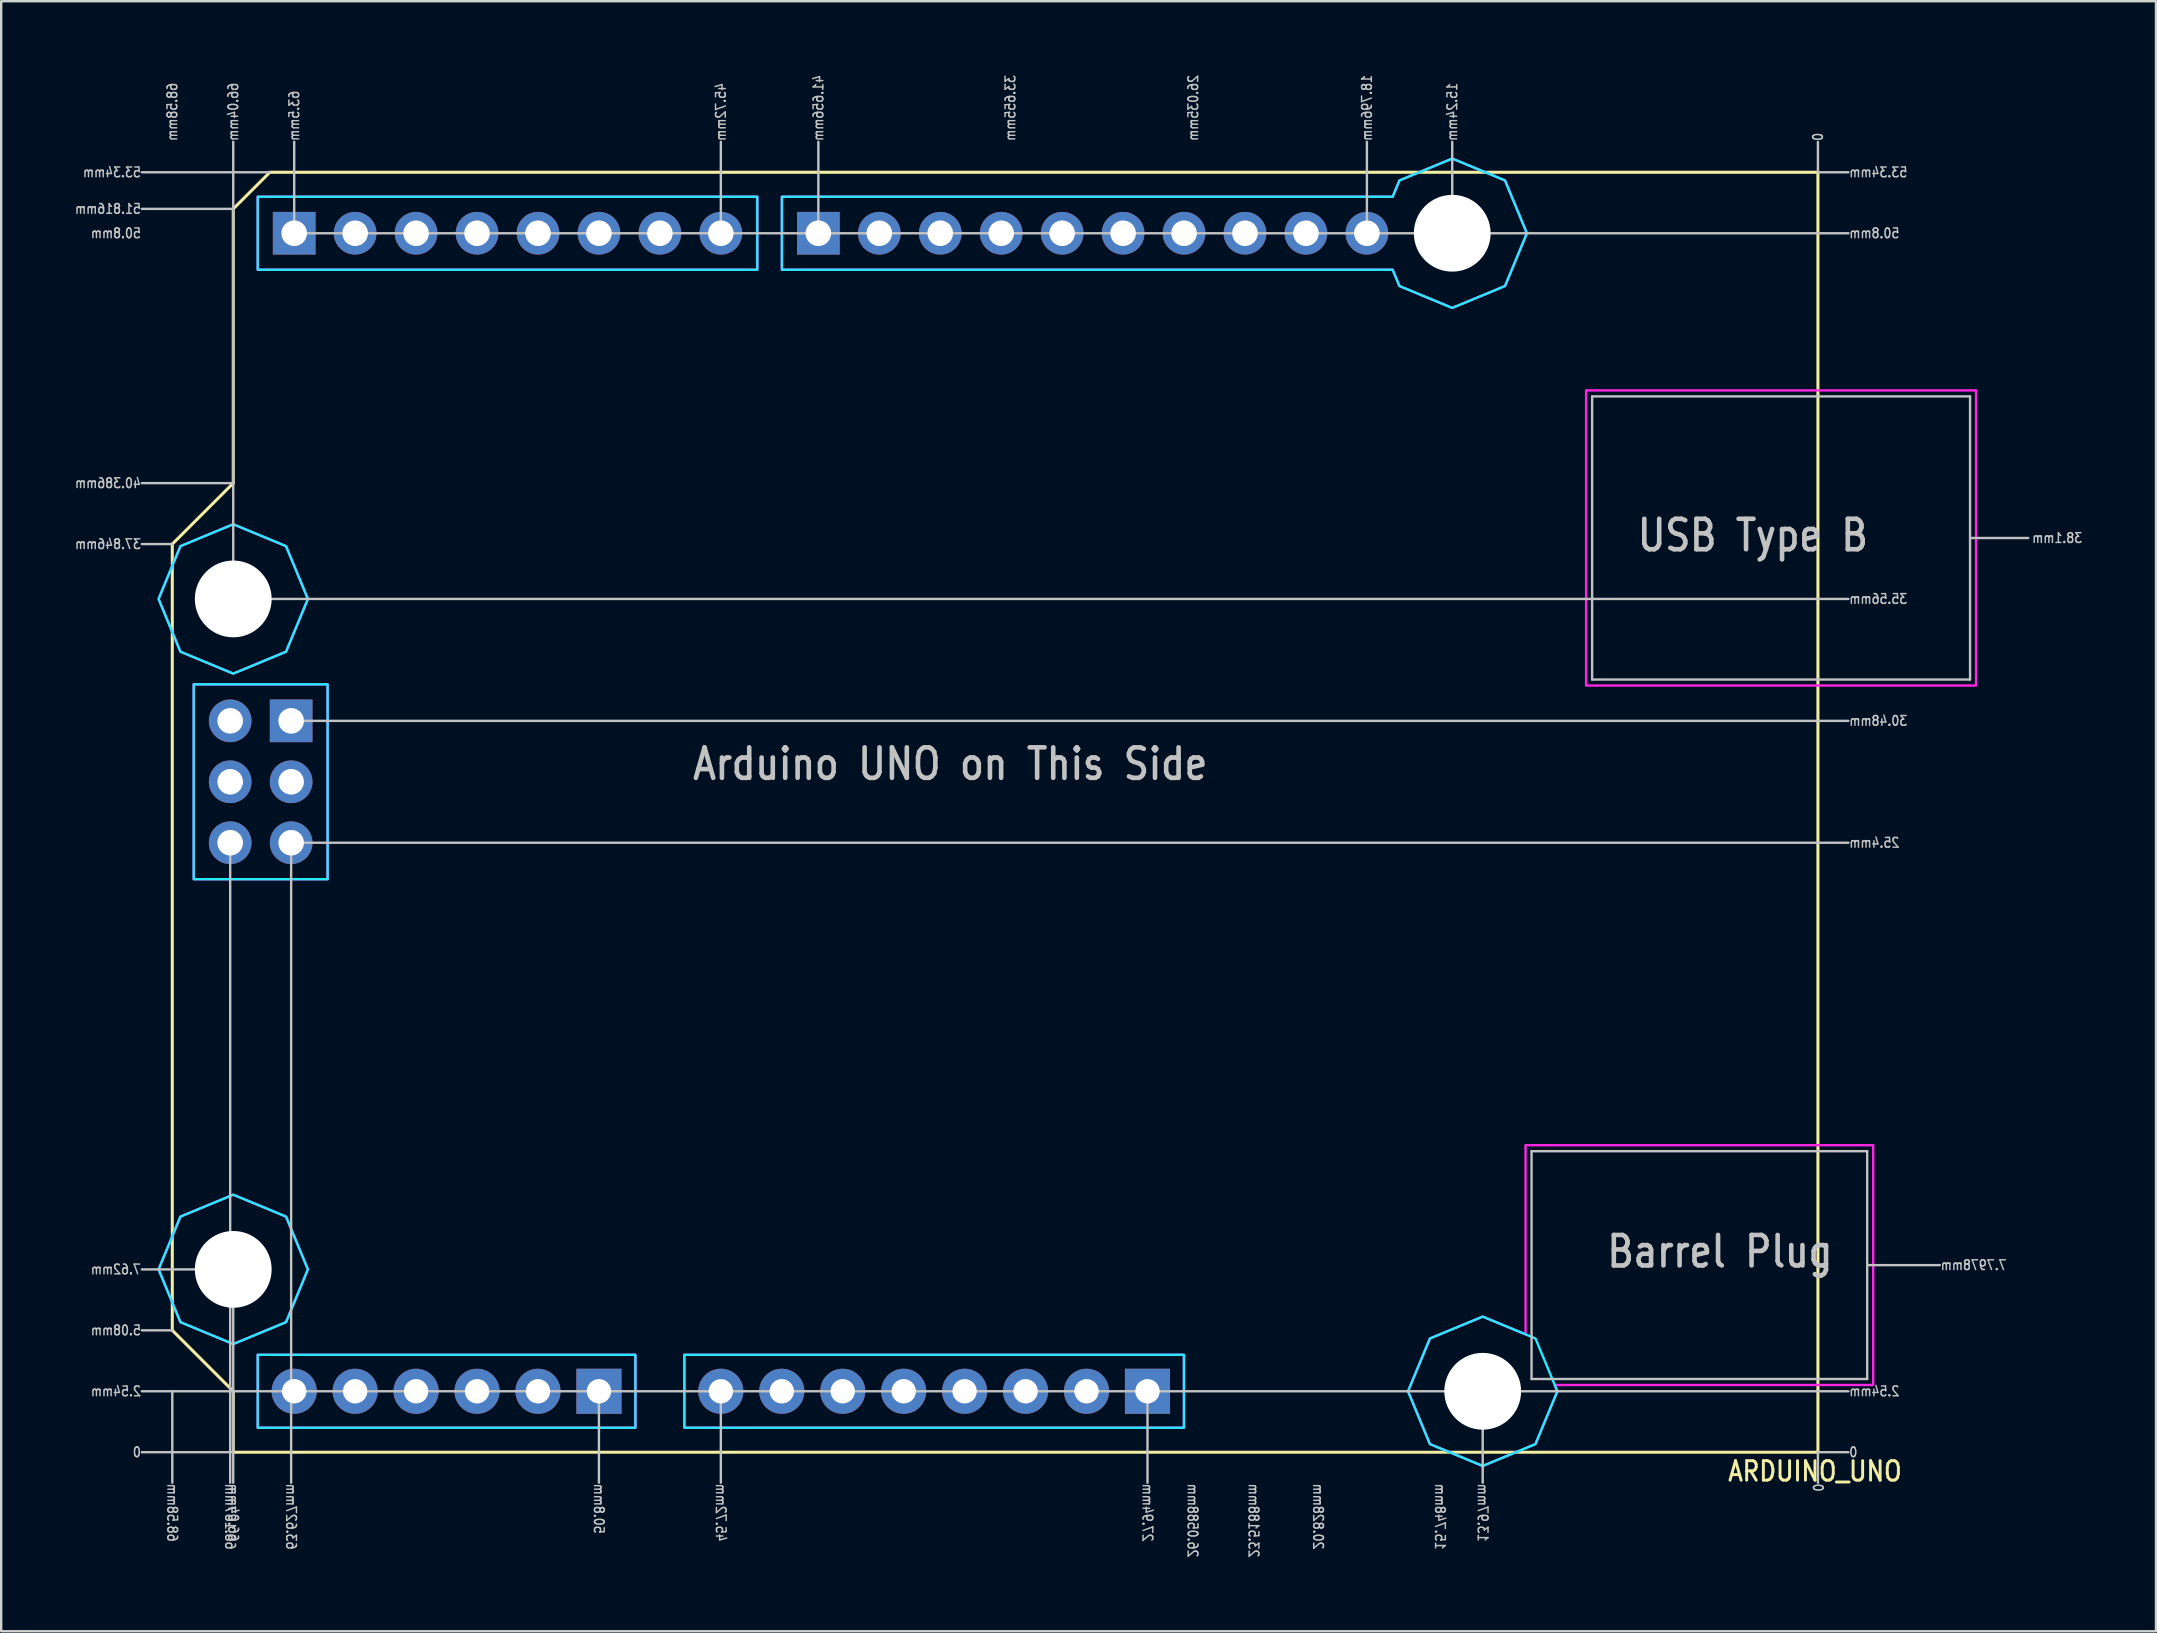
<source format=kicad_pcb>
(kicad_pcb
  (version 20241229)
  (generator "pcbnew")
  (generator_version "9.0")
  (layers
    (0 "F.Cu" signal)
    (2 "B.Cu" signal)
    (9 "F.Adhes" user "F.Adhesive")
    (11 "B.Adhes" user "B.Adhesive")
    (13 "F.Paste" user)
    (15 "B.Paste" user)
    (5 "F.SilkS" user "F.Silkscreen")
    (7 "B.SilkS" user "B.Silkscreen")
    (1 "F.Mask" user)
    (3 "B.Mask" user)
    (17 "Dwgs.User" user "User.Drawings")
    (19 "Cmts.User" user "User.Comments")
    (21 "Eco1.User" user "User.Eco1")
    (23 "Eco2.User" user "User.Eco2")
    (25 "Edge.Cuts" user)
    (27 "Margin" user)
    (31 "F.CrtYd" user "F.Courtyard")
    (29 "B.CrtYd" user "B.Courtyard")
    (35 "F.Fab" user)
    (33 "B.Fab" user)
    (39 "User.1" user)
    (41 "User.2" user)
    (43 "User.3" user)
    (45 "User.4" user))
  (footprint "ARDUINO_UNO"
    (layer "F.Cu")
    (at 72.71 57.47)
    (property "Reference" "ARDUINO_UNO" (at -3.81 1.27 0) (unlocked yes) (layer "F.SilkS") (effects (font (size 0.813 0.695) (thickness 0.122)) (justify left bottom)))
    (fp_circle (center -66.04 -35.56) (end -63.19 -35.56) (stroke (width 0) (type solid)) (fill yes) (layer "F.Mask"))
    (fp_circle (center -66.04 -35.56) (end -63.19 -35.56) (stroke (width 0) (type solid)) (fill yes) (layer "F.Mask"))
    (fp_circle (center -66.04 -7.62) (end -63.19 -7.62) (stroke (width 0) (type solid)) (fill yes) (layer "F.Mask"))
    (fp_circle (center -66.04 -7.62) (end -63.19 -7.62) (stroke (width 0) (type solid)) (fill yes) (layer "F.Mask"))
    (fp_circle (center -15.24 -50.8) (end -12.39 -50.8) (stroke (width 0) (type solid)) (fill yes) (layer "F.Mask"))
    (fp_circle (center -15.24 -50.8) (end -12.39 -50.8) (stroke (width 0) (type solid)) (fill yes) (layer "F.Mask"))
    (fp_circle (center -13.97 -2.54) (end -11.12 -2.54) (stroke (width 0) (type solid)) (fill yes) (layer "F.Mask"))
    (fp_circle (center -13.97 -2.54) (end -11.12 -2.54) (stroke (width 0) (type solid)) (fill yes) (layer "F.Mask"))
    (fp_circle (center -66.04 -35.56) (end -63.19 -35.56) (stroke (width 0) (type solid)) (fill yes) (layer "B.Mask"))
    (fp_circle (center -66.04 -7.62) (end -63.19 -7.62) (stroke (width 0) (type solid)) (fill yes) (layer "B.Mask"))
    (fp_circle (center -15.24 -50.8) (end -12.39 -50.8) (stroke (width 0) (type solid)) (fill yes) (layer "B.Mask"))
    (fp_circle (center -13.97 -2.54) (end -11.12 -2.54) (stroke (width 0) (type solid)) (fill yes) (layer "B.Mask"))
    (fp_line (start -68.58 -37.846) (end -68.58 -5.08) (stroke (width 0.127) (type solid)) (layer "F.SilkS"))
    (fp_line (start -68.58 -5.08) (end -66.04 -2.54) (stroke (width 0.127) (type solid)) (layer "F.SilkS"))
    (fp_line (start -66.04 -51.816) (end -66.04 -40.386) (stroke (width 0.127) (type solid)) (layer "F.SilkS"))
    (fp_line (start -66.04 -40.386) (end -68.58 -37.846) (stroke (width 0.127) (type solid)) (layer "F.SilkS"))
    (fp_line (start -66.04 -2.54) (end -66.04 0) (stroke (width 0.127) (type solid)) (layer "F.SilkS"))
    (fp_line (start -66.04 0) (end 0 0) (stroke (width 0.127) (type solid)) (layer "F.SilkS"))
    (fp_line (start -64.516 -53.34) (end -66.04 -51.816) (stroke (width 0.127) (type solid)) (layer "F.SilkS"))
    (fp_line (start 0 -53.34) (end -64.516 -53.34) (stroke (width 0.127) (type solid)) (layer "F.SilkS"))
    (fp_line (start 0 0) (end 0 -53.34) (stroke (width 0.127) (type solid)) (layer "F.SilkS"))
    (fp_line (start -68.58 -37.846) (end -69.85 -37.846) (stroke (width 0.1) (type solid)) (layer "Dwgs.User"))
    (fp_line (start -68.58 -5.08) (end -69.85 -5.08) (stroke (width 0.1) (type solid)) (layer "Dwgs.User"))
    (fp_line (start -68.58 -2.54) (end -68.58 1.27) (stroke (width 0.1) (type solid)) (layer "Dwgs.User"))
    (fp_line (start -66.167 -25.4) (end -66.167 1.27) (stroke (width 0.1) (type solid)) (layer "Dwgs.User"))
    (fp_line (start -66.04 -51.816) (end -69.85 -51.816) (stroke (width 0.1) (type solid)) (layer "Dwgs.User"))
    (fp_line (start -66.04 -40.386) (end -69.85 -40.386) (stroke (width 0.1) (type solid)) (layer "Dwgs.User"))
    (fp_line (start -66.04 -35.56) (end -66.04 -54.61) (stroke (width 0.1) (type solid)) (layer "Dwgs.User"))
    (fp_line (start -66.04 -35.56) (end 1.27 -35.56) (stroke (width 0.1) (type solid)) (layer "Dwgs.User"))
    (fp_line (start -66.04 -7.62) (end -69.85 -7.62) (stroke (width 0.1) (type solid)) (layer "Dwgs.User"))
    (fp_line (start -66.04 0) (end -69.85 0) (stroke (width 0.1) (type solid)) (layer "Dwgs.User"))
    (fp_line (start -66.04 1.27) (end -66.04 -7.62) (stroke (width 0.1) (type solid)) (layer "Dwgs.User"))
    (fp_line (start -64.516 -53.34) (end -69.85 -53.34) (stroke (width 0.1) (type solid)) (layer "Dwgs.User"))
    (fp_line (start -63.627 -25.4) (end -63.627 1.27) (stroke (width 0.1) (type solid)) (layer "Dwgs.User"))
    (fp_line (start -63.627 -25.4) (end 1.27 -25.4) (stroke (width 0.1) (type solid)) (layer "Dwgs.User"))
    (fp_line (start -63.5 -50.8) (end -63.5 -54.61) (stroke (width 0.1) (type solid)) (layer "Dwgs.User"))
    (fp_line (start -63.5 -50.8) (end -45.72 -50.8) (stroke (width 0.1) (type solid)) (layer "Dwgs.User"))
    (fp_line (start -63.5 -30.48) (end 1.27 -30.48) (stroke (width 0.1) (type solid)) (layer "Dwgs.User"))
    (fp_line (start -50.8 -2.54) (end -50.8 1.27) (stroke (width 0.1) (type solid)) (layer "Dwgs.User"))
    (fp_line (start -45.72 -50.8) (end -45.72 -54.61) (stroke (width 0.1) (type solid)) (layer "Dwgs.User"))
    (fp_line (start -45.72 -50.8) (end -41.656 -50.8) (stroke (width 0.1) (type solid)) (layer "Dwgs.User"))
    (fp_line (start -45.72 -2.54) (end -45.72 1.27) (stroke (width 0.1) (type solid)) (layer "Dwgs.User"))
    (fp_line (start -41.656 -50.8) (end -41.656 -54.61) (stroke (width 0.1) (type solid)) (layer "Dwgs.User"))
    (fp_line (start -41.656 -50.8) (end -18.796 -50.8) (stroke (width 0.1) (type solid)) (layer "Dwgs.User"))
    (fp_line (start -27.94 -2.54) (end -27.94 1.27) (stroke (width 0.1) (type solid)) (layer "Dwgs.User"))
    (fp_line (start -18.796 -50.8) (end -18.796 -54.61) (stroke (width 0.1) (type solid)) (layer "Dwgs.User"))
    (fp_line (start -18.796 -50.8) (end -15.24 -50.8) (stroke (width 0.1) (type solid)) (layer "Dwgs.User"))
    (fp_line (start -15.24 -50.8) (end -15.24 -54.61) (stroke (width 0.1) (type solid)) (layer "Dwgs.User"))
    (fp_line (start -15.24 -50.8) (end 1.27 -50.8) (stroke (width 0.1) (type solid)) (layer "Dwgs.User"))
    (fp_line (start -13.97 -2.54) (end -69.85 -2.54) (stroke (width 0.1) (type solid)) (layer "Dwgs.User"))
    (fp_line (start -13.97 -2.54) (end -13.97 1.27) (stroke (width 0.1) (type solid)) (layer "Dwgs.User"))
    (fp_line (start -13.97 -2.54) (end 1.27 -2.54) (stroke (width 0.1) (type solid)) (layer "Dwgs.User"))
    (fp_line (start -11.934 -12.544) (end -11.934 -3.052) (stroke (width 0.1) (type solid)) (layer "Dwgs.User"))
    (fp_line (start -11.934 -3.052) (end 2.053 -3.052) (stroke (width 0.1) (type solid)) (layer "Dwgs.User"))
    (fp_line (start -9.41 -44) (end 6.34 -44) (stroke (width 0.1) (type solid)) (layer "Dwgs.User"))
    (fp_line (start -9.41 -32.2) (end -9.41 -44) (stroke (width 0.1) (type solid)) (layer "Dwgs.User"))
    (fp_line (start 0 -53.34) (end 0 -54.61) (stroke (width 0.1) (type solid)) (layer "Dwgs.User"))
    (fp_line (start 0 -53.34) (end 1.27 -53.34) (stroke (width 0.1) (type solid)) (layer "Dwgs.User"))
    (fp_line (start 0 0) (end 0 1.27) (stroke (width 0.1) (type solid)) (layer "Dwgs.User"))
    (fp_line (start 0 0) (end 1.27 0) (stroke (width 0.1) (type solid)) (layer "Dwgs.User"))
    (fp_line (start 2.053 -12.544) (end -11.934 -12.544) (stroke (width 0.1) (type solid)) (layer "Dwgs.User"))
    (fp_line (start 2.053 -7.798) (end 5.08 -7.798) (stroke (width 0.1) (type solid)) (layer "Dwgs.User"))
    (fp_line (start 2.053 -3.052) (end 2.053 -12.544) (stroke (width 0.1) (type solid)) (layer "Dwgs.User"))
    (fp_line (start 6.34 -44) (end 6.34 -32.2) (stroke (width 0.1) (type solid)) (layer "Dwgs.User"))
    (fp_line (start 6.34 -32.2) (end -9.41 -32.2) (stroke (width 0.1) (type solid)) (layer "Dwgs.User"))
    (fp_line (start 6.35 -38.1) (end 8.763 -38.1) (stroke (width 0.1) (type solid)) (layer "Dwgs.User"))
    (fp_poly (pts (xy -62.107 -32) (xy -67.687 -32) (xy -67.687 -23.88) (xy -62.107 -23.88)) (stroke (width 0.1) (type solid)) (fill no) (layer "B.CrtYd"))
    (fp_poly (pts (xy -49.28 -4.06) (xy -65.02 -4.06) (xy -65.02 -1.02) (xy -49.28 -1.02)) (stroke (width 0.1) (type solid)) (fill no) (layer "B.CrtYd"))
    (fp_poly (pts (xy -44.2 -52.32) (xy -65.02 -52.32) (xy -65.02 -49.28) (xy -44.2 -49.28)) (stroke (width 0.1) (type solid)) (fill no) (layer "B.CrtYd"))
    (fp_poly (pts (xy -26.42 -4.06) (xy -47.24 -4.06) (xy -47.24 -1.02) (xy -26.42 -1.02)) (stroke (width 0.1) (type solid)) (fill no) (layer "B.CrtYd"))
    (fp_poly (pts (xy -69.152 -35.56) (xy -68.24 -37.76) (xy -66.04 -38.672) (xy -63.84 -37.76) (xy -62.928 -35.56) (xy -63.84 -33.36) (xy -66.04 -32.448) (xy -68.24 -33.36)) (stroke (width 0.1) (type solid)) (fill no) (layer "B.CrtYd"))
    (fp_poly (pts (xy -69.152 -7.62) (xy -68.24 -9.82) (xy -66.04 -10.732) (xy -63.84 -9.82) (xy -62.928 -7.62) (xy -63.84 -5.42) (xy -66.04 -4.508) (xy -68.24 -5.42)) (stroke (width 0.1) (type solid)) (fill no) (layer "B.CrtYd"))
    (fp_poly (pts (xy -17.082 -2.54) (xy -16.17 -4.74) (xy -13.97 -5.652) (xy -11.77 -4.74) (xy -10.858 -2.54) (xy -11.77 -0.34) (xy -13.97 0.572) (xy -16.17 -0.34)) (stroke (width 0.1) (type solid)) (fill no) (layer "B.CrtYd"))
    (fp_poly (pts (xy -17.722 -52.32) (xy -17.44 -53) (xy -15.24 -53.912) (xy -13.04 -53) (xy -12.128 -50.8) (xy -13.04 -48.6) (xy -15.24 -47.688) (xy -17.44 -48.6) (xy -17.722 -49.28) (xy -43.176 -49.28) (xy -43.176 -52.32)) (stroke (width 0.1) (type solid)) (fill no) (layer "B.CrtYd"))
    (fp_poly (pts (xy -62.107 -32) (xy -67.687 -32) (xy -67.687 -23.88) (xy -62.107 -23.88)) (stroke (width 0.1) (type solid)) (fill no) (layer "F.CrtYd"))
    (fp_poly (pts (xy -49.28 -4.06) (xy -65.02 -4.06) (xy -65.02 -1.02) (xy -49.28 -1.02)) (stroke (width 0.1) (type solid)) (fill no) (layer "F.CrtYd"))
    (fp_poly (pts (xy -44.2 -52.32) (xy -65.02 -52.32) (xy -65.02 -49.28) (xy -44.2 -49.28)) (stroke (width 0.1) (type solid)) (fill no) (layer "F.CrtYd"))
    (fp_poly (pts (xy -26.42 -4.06) (xy -47.24 -4.06) (xy -47.24 -1.02) (xy -26.42 -1.02)) (stroke (width 0.1) (type solid)) (fill no) (layer "F.CrtYd"))
    (fp_poly (pts (xy 6.59 -44.25) (xy -9.66 -44.25) (xy -9.66 -31.95) (xy 6.59 -31.95)) (stroke (width 0.1) (type solid)) (fill no) (layer "F.CrtYd"))
    (fp_poly (pts (xy -69.152 -35.56) (xy -68.24 -37.76) (xy -66.04 -38.672) (xy -63.84 -37.76) (xy -62.928 -35.56) (xy -63.84 -33.36) (xy -66.04 -32.448) (xy -68.24 -33.36)) (stroke (width 0.1) (type solid)) (fill no) (layer "F.CrtYd"))
    (fp_poly (pts (xy -69.152 -7.62) (xy -68.24 -9.82) (xy -66.04 -10.732) (xy -63.84 -9.82) (xy -62.928 -7.62) (xy -63.84 -5.42) (xy -66.04 -4.508) (xy -68.24 -5.42)) (stroke (width 0.1) (type solid)) (fill no) (layer "F.CrtYd"))
    (fp_poly (pts (xy -17.722 -52.32) (xy -17.44 -53) (xy -15.24 -53.912) (xy -13.04 -53) (xy -12.128 -50.8) (xy -13.04 -48.6) (xy -15.24 -47.688) (xy -17.44 -48.6) (xy -17.722 -49.28) (xy -43.176 -49.28) (xy -43.176 -52.32)) (stroke (width 0.1) (type solid)) (fill no) (layer "F.CrtYd"))
    (fp_poly (pts (xy -17.082 -2.54) (xy -16.17 -4.74) (xy -13.97 -5.652) (xy -12.184 -4.912) (xy -12.184 -12.794) (xy 2.303 -12.794) (xy 2.303 -2.802) (xy -10.967 -2.802) (xy -10.858 -2.54) (xy -11.77 -0.34) (xy -13.97 0.572) (xy -16.17 -0.34)) (stroke (width 0.1) (type solid)) (fill no) (layer "F.CrtYd"))
    (fp_text user "63.627mm" (at -63.627 1.27 270) (unlocked yes) (layer "Dwgs.User") (effects (font (size 0.406 0.347) (thickness 0.061)) (justify right mirror)))
    (fp_text user "5.08mm" (at -69.85 -5.08 0) (unlocked yes) (layer "Dwgs.User") (effects (font (size 0.406 0.347) (thickness 0.061)) (justify left mirror)))
    (fp_text user "26.0588mm" (at -26.059 1.27 270) (unlocked yes) (layer "Dwgs.User") (effects (font (size 0.406 0.347) (thickness 0.061)) (justify right mirror)))
    (fp_text user "37.846mm" (at -69.85 -37.846 0) (unlocked yes) (layer "Dwgs.User") (effects (font (size 0.406 0.347) (thickness 0.061)) (justify left mirror)))
    (fp_text user "68.58mm" (at -68.58 -54.61 90) (unlocked yes) (layer "Dwgs.User") (effects (font (size 0.406 0.347) (thickness 0.061)) (justify right mirror)))
    (fp_text user "0" (at 0 1.27 270) (unlocked yes) (layer "Dwgs.User") (effects (font (size 0.406 0.347) (thickness 0.061)) (justify right mirror)))
    (fp_text user "23.5188mm" (at -23.519 1.27 270) (unlocked yes) (layer "Dwgs.User") (effects (font (size 0.406 0.347) (thickness 0.061)) (justify right mirror)))
    (fp_text user "0" (at 0 -54.61 90) (unlocked yes) (layer "Dwgs.User") (effects (font (size 0.406 0.347) (thickness 0.061)) (justify right mirror)))
    (fp_text user "USB Type B" (at -7.62 -37.465 0) (unlocked yes) (layer "Dwgs.User") (effects (font (size 1.27 1.086) (thickness 0.191)) (justify left bottom)))
    (fp_text user "66.04mm" (at -66.04 -54.61 90) (unlocked yes) (layer "Dwgs.User") (effects (font (size 0.406 0.347) (thickness 0.061)) (justify right mirror)))
    (fp_text user "45.72mm" (at -45.72 -54.61 90) (unlocked yes) (layer "Dwgs.User") (effects (font (size 0.406 0.347) (thickness 0.061)) (justify right mirror)))
    (fp_text user "7.62mm" (at -69.85 -7.62 0) (unlocked yes) (layer "Dwgs.User") (effects (font (size 0.406 0.347) (thickness 0.061)) (justify left mirror)))
    (fp_text user "25.4mm" (at 1.27 -25.4 0) (unlocked yes) (layer "Dwgs.User") (effects (font (size 0.406 0.347) (thickness 0.061)) (justify right mirror)))
    (fp_text user "66.167mm" (at -66.167 1.27 270) (unlocked yes) (layer "Dwgs.User") (effects (font (size 0.406 0.347) (thickness 0.061)) (justify right mirror)))
    (fp_text user "33.655mm" (at -33.655 -54.61 90) (unlocked yes) (layer "Dwgs.User") (effects (font (size 0.406 0.347) (thickness 0.061)) (justify right mirror)))
    (fp_text user "51.816mm" (at -69.85 -51.816 0) (unlocked yes) (layer "Dwgs.User") (effects (font (size 0.406 0.347) (thickness 0.061)) (justify left mirror)))
    (fp_text user "15.24mm" (at -15.24 -54.61 90) (unlocked yes) (layer "Dwgs.User") (effects (font (size 0.406 0.347) (thickness 0.061)) (justify right mirror)))
    (fp_text user "27.94mm" (at -27.94 1.27 270) (unlocked yes) (layer "Dwgs.User") (effects (font (size 0.406 0.347) (thickness 0.061)) (justify right mirror)))
    (fp_text user "41.656mm" (at -41.656 -54.61 90) (unlocked yes) (layer "Dwgs.User") (effects (font (size 0.406 0.347) (thickness 0.061)) (justify right mirror)))
    (fp_text user "15.748mm" (at -15.748 1.27 270) (unlocked yes) (layer "Dwgs.User") (effects (font (size 0.406 0.347) (thickness 0.061)) (justify right mirror)))
    (fp_text user "63.5mm" (at -63.5 -54.61 90) (unlocked yes) (layer "Dwgs.User") (effects (font (size 0.406 0.347) (thickness 0.061)) (justify right mirror)))
    (fp_text user "Barrel Plug" (at -8.89 -7.62 0) (unlocked yes) (layer "Dwgs.User") (effects (font (size 1.27 1.086) (thickness 0.191)) (justify left bottom)))
    (fp_text user "Arduino UNO on This Side" (at -46.99 -27.94 0) (unlocked yes) (layer "Dwgs.User") (effects (font (size 1.27 1.086) (thickness 0.191)) (justify left bottom)))
    (fp_text user "53.34mm" (at -69.85 -53.34 0) (unlocked yes) (layer "Dwgs.User") (effects (font (size 0.406 0.347) (thickness 0.061)) (justify left mirror)))
    (fp_text user "30.48mm" (at 1.27 -30.48 0) (unlocked yes) (layer "Dwgs.User") (effects (font (size 0.406 0.347) (thickness 0.061)) (justify right mirror)))
    (fp_text user "18.796mm" (at -18.796 -54.61 90) (unlocked yes) (layer "Dwgs.User") (effects (font (size 0.406 0.347) (thickness 0.061)) (justify right mirror)))
    (fp_text user "35.56mm" (at 1.27 -35.56 0) (unlocked yes) (layer "Dwgs.User") (effects (font (size 0.406 0.347) (thickness 0.061)) (justify right mirror)))
    (fp_text user "50.8mm" (at -69.85 -50.8 0) (unlocked yes) (layer "Dwgs.User") (effects (font (size 0.406 0.347) (thickness 0.061)) (justify left mirror)))
    (fp_text user "0" (at 1.27 0 0) (unlocked yes) (layer "Dwgs.User") (effects (font (size 0.406 0.347) (thickness 0.061)) (justify right mirror)))
    (fp_text user "45.72mm" (at -45.72 1.27 270) (unlocked yes) (layer "Dwgs.User") (effects (font (size 0.406 0.347) (thickness 0.061)) (justify right mirror)))
    (fp_text user "7.7978mm" (at 5.08 -7.798 0) (unlocked yes) (layer "Dwgs.User") (effects (font (size 0.406 0.347) (thickness 0.061)) (justify right mirror)))
    (fp_text user "68.58mm" (at -68.58 1.27 270) (unlocked yes) (layer "Dwgs.User") (effects (font (size 0.406 0.347) (thickness 0.061)) (justify right mirror)))
    (fp_text user "40.386mm" (at -69.85 -40.386 0) (unlocked yes) (layer "Dwgs.User") (effects (font (size 0.406 0.347) (thickness 0.061)) (justify left mirror)))
    (fp_text user "66.04mm" (at -66.04 1.27 270) (unlocked yes) (layer "Dwgs.User") (effects (font (size 0.406 0.347) (thickness 0.061)) (justify right mirror)))
    (fp_text user "2.54mm" (at -69.85 -2.54 0) (unlocked yes) (layer "Dwgs.User") (effects (font (size 0.406 0.347) (thickness 0.061)) (justify left mirror)))
    (fp_text user "53.34mm" (at 1.27 -53.34 0) (unlocked yes) (layer "Dwgs.User") (effects (font (size 0.406 0.347) (thickness 0.061)) (justify right mirror)))
    (fp_text user "13.97mm" (at -13.97 1.27 270) (unlocked yes) (layer "Dwgs.User") (effects (font (size 0.406 0.347) (thickness 0.061)) (justify right mirror)))
    (fp_text user "38.1mm" (at 8.89 -38.1 0) (unlocked yes) (layer "Dwgs.User") (effects (font (size 0.406 0.347) (thickness 0.061)) (justify right mirror)))
    (fp_text user "20.828mm" (at -20.828 1.27 270) (unlocked yes) (layer "Dwgs.User") (effects (font (size 0.406 0.347) (thickness 0.061)) (justify right mirror)))
    (fp_text user "26.035mm" (at -26.035 -54.61 90) (unlocked yes) (layer "Dwgs.User") (effects (font (size 0.406 0.347) (thickness 0.061)) (justify right mirror)))
    (fp_text user "2.54mm" (at 1.27 -2.54 0) (unlocked yes) (layer "Dwgs.User") (effects (font (size 0.406 0.347) (thickness 0.061)) (justify right mirror)))
    (fp_text user "50.8mm" (at 1.27 -50.8 0) (unlocked yes) (layer "Dwgs.User") (effects (font (size 0.406 0.347) (thickness 0.061)) (justify right mirror)))
    (fp_text user "0" (at -69.85 0 0) (unlocked yes) (layer "Dwgs.User") (effects (font (size 0.406 0.347) (thickness 0.061)) (justify left mirror)))
    (fp_text user "50.8mm" (at -50.8 1.27 270) (unlocked yes) (layer "Dwgs.User") (effects (font (size 0.406 0.347) (thickness 0.061)) (justify right mirror)))
    (pad "" np_thru_hole circle (at -66.04 -35.56) (size 3.2 3.2) (drill 3.2) (layers "*.Cu" "*.Mask"))
    (pad "" np_thru_hole circle (at -66.04 -7.62) (size 3.2 3.2) (drill 3.2) (layers "*.Cu" "*.Mask"))
    (pad "" np_thru_hole circle (at -15.24 -50.8) (size 3.2 3.2) (drill 3.2) (layers "*.Cu" "*.Mask"))
    (pad "" np_thru_hole circle (at -13.97 -2.54) (size 3.2 3.2) (drill 3.2) (layers "*.Cu" "*.Mask"))
    (pad "0" thru_hole rect (at -63.5 -50.8 270) (size 1.778 1.778) (drill 1.067) (layers "*.Cu" "*.Mask"))
    (pad "1" thru_hole oval (at -60.96 -50.8 270) (size 1.778 1.778) (drill 1.067) (layers "*.Cu" "*.Mask"))
    (pad "2" thru_hole oval (at -58.42 -50.8 270) (size 1.778 1.778) (drill 1.067) (layers "*.Cu" "*.Mask"))
    (pad "3" thru_hole oval (at -55.88 -50.8 270) (size 1.778 1.778) (drill 1.067) (layers "*.Cu" "*.Mask"))
    (pad "3V3" thru_hole oval (at -35.56 -2.54 90) (size 1.88 1.88) (drill 1.016) (layers "*.Cu" "*.Mask"))
    (pad "4" thru_hole oval (at -53.34 -50.8 270) (size 1.778 1.778) (drill 1.067) (layers "*.Cu" "*.Mask"))
    (pad "5" thru_hole oval (at -50.8 -50.8 270) (size 1.778 1.778) (drill 1.067) (layers "*.Cu" "*.Mask"))
    (pad "5V0" thru_hole oval (at -38.1 -2.54 90) (size 1.88 1.88) (drill 1.016) (layers "*.Cu" "*.Mask"))
    (pad "5V_2" thru_hole oval (at -66.167 -30.48 180) (size 1.778 1.778) (drill 1.067) (layers "*.Cu" "*.Mask"))
    (pad "6" thru_hole oval (at -48.26 -50.8 270) (size 1.778 1.778) (drill 1.067) (layers "*.Cu" "*.Mask"))
    (pad "7" thru_hole oval (at -45.72 -50.8 270) (size 1.778 1.778) (drill 1.067) (layers "*.Cu" "*.Mask"))
    (pad "8" thru_hole rect (at -41.656 -50.8 270) (size 1.778 1.778) (drill 1.067) (layers "*.Cu" "*.Mask"))
    (pad "9" thru_hole oval (at -39.116 -50.8 270) (size 1.778 1.778) (drill 1.067) (layers "*.Cu" "*.Mask"))
    (pad "10" thru_hole oval (at -36.576 -50.8 270) (size 1.778 1.778) (drill 1.067) (layers "*.Cu" "*.Mask"))
    (pad "11" thru_hole oval (at -34.036 -50.8 270) (size 1.778 1.778) (drill 1.067) (layers "*.Cu" "*.Mask"))
    (pad "12" thru_hole oval (at -31.496 -50.8 270) (size 1.778 1.778) (drill 1.067) (layers "*.Cu" "*.Mask"))
    (pad "13" thru_hole oval (at -28.956 -50.8 270) (size 1.778 1.778) (drill 1.067) (layers "*.Cu" "*.Mask"))
    (pad "A0" thru_hole rect (at -50.8 -2.54 90) (size 1.88 1.88) (drill 1.016) (layers "*.Cu" "*.Mask"))
    (pad "A1" thru_hole oval (at -53.34 -2.54 90) (size 1.88 1.88) (drill 1.016) (layers "*.Cu" "*.Mask"))
    (pad "A2" thru_hole oval (at -55.88 -2.54 90) (size 1.88 1.88) (drill 1.016) (layers "*.Cu" "*.Mask"))
    (pad "A3" thru_hole oval (at -58.42 -2.54 90) (size 1.88 1.88) (drill 1.016) (layers "*.Cu" "*.Mask"))
    (pad "A4" thru_hole oval (at -60.96 -2.54 90) (size 1.88 1.88) (drill 1.016) (layers "*.Cu" "*.Mask"))
    (pad "A5" thru_hole oval (at -63.5 -2.54 90) (size 1.88 1.88) (drill 1.016) (layers "*.Cu" "*.Mask"))
    (pad "AREF" thru_hole oval (at -23.876 -50.8 270) (size 1.778 1.778) (drill 1.067) (layers "*.Cu" "*.Mask"))
    (pad "GND" thru_hole oval (at -40.64 -2.54 90) (size 1.88 1.88) (drill 1.016) (layers "*.Cu" "*.Mask"))
    (pad "GND_1" thru_hole oval (at -43.18 -2.54 90) (size 1.88 1.88) (drill 1.016) (layers "*.Cu" "*.Mask"))
    (pad "GND_4" thru_hole oval (at -26.416 -50.8 270) (size 1.778 1.778) (drill 1.067) (layers "*.Cu" "*.Mask"))
    (pad "GND_5" thru_hole oval (at -66.167 -25.4 180) (size 1.778 1.778) (drill 1.067) (layers "*.Cu" "*.Mask"))
    (pad "IOREF" thru_hole oval (at -30.48 -2.54 90) (size 1.88 1.88) (drill 1.016) (layers "*.Cu" "*.Mask"))
    (pad "MASTER_RESET_SPI" thru_hole oval (at -63.627 -25.4 180) (size 1.778 1.778) (drill 1.067) (layers "*.Cu" "*.Mask"))
    (pad "MISO" thru_hole rect (at -63.627 -30.48 180) (size 1.778 1.778) (drill 1.067) (layers "*.Cu" "*.Mask"))
    (pad "MOSI" thru_hole oval (at -66.167 -27.94 180) (size 1.778 1.778) (drill 1.067) (layers "*.Cu" "*.Mask"))
    (pad "NC_2" thru_hole rect (at -27.94 -2.54 90) (size 1.88 1.88) (drill 1.016) (layers "*.Cu" "*.Mask"))
    (pad "RESET" thru_hole oval (at -33.02 -2.54 90) (size 1.88 1.88) (drill 1.016) (layers "*.Cu" "*.Mask"))
    (pad "SCL" thru_hole oval (at -18.796 -50.8 270) (size 1.778 1.778) (drill 1.067) (layers "*.Cu" "*.Mask"))
    (pad "SDA" thru_hole oval (at -21.336 -50.8 270) (size 1.778 1.778) (drill 1.067) (layers "*.Cu" "*.Mask"))
    (pad "SPCK" thru_hole oval (at -63.627 -27.94 180) (size 1.778 1.778) (drill 1.067) (layers "*.Cu" "*.Mask"))
    (pad "VIN" thru_hole oval (at -45.72 -2.54 90) (size 1.88 1.88) (drill 1.016) (layers "*.Cu" "*.Mask")))
  (gr_rect
    (start -3 -3)
    (end 86.798 64.931)
    (stroke (width 0.1) (type default))
    (fill no)
    (layer "Edge.Cuts")))
</source>
